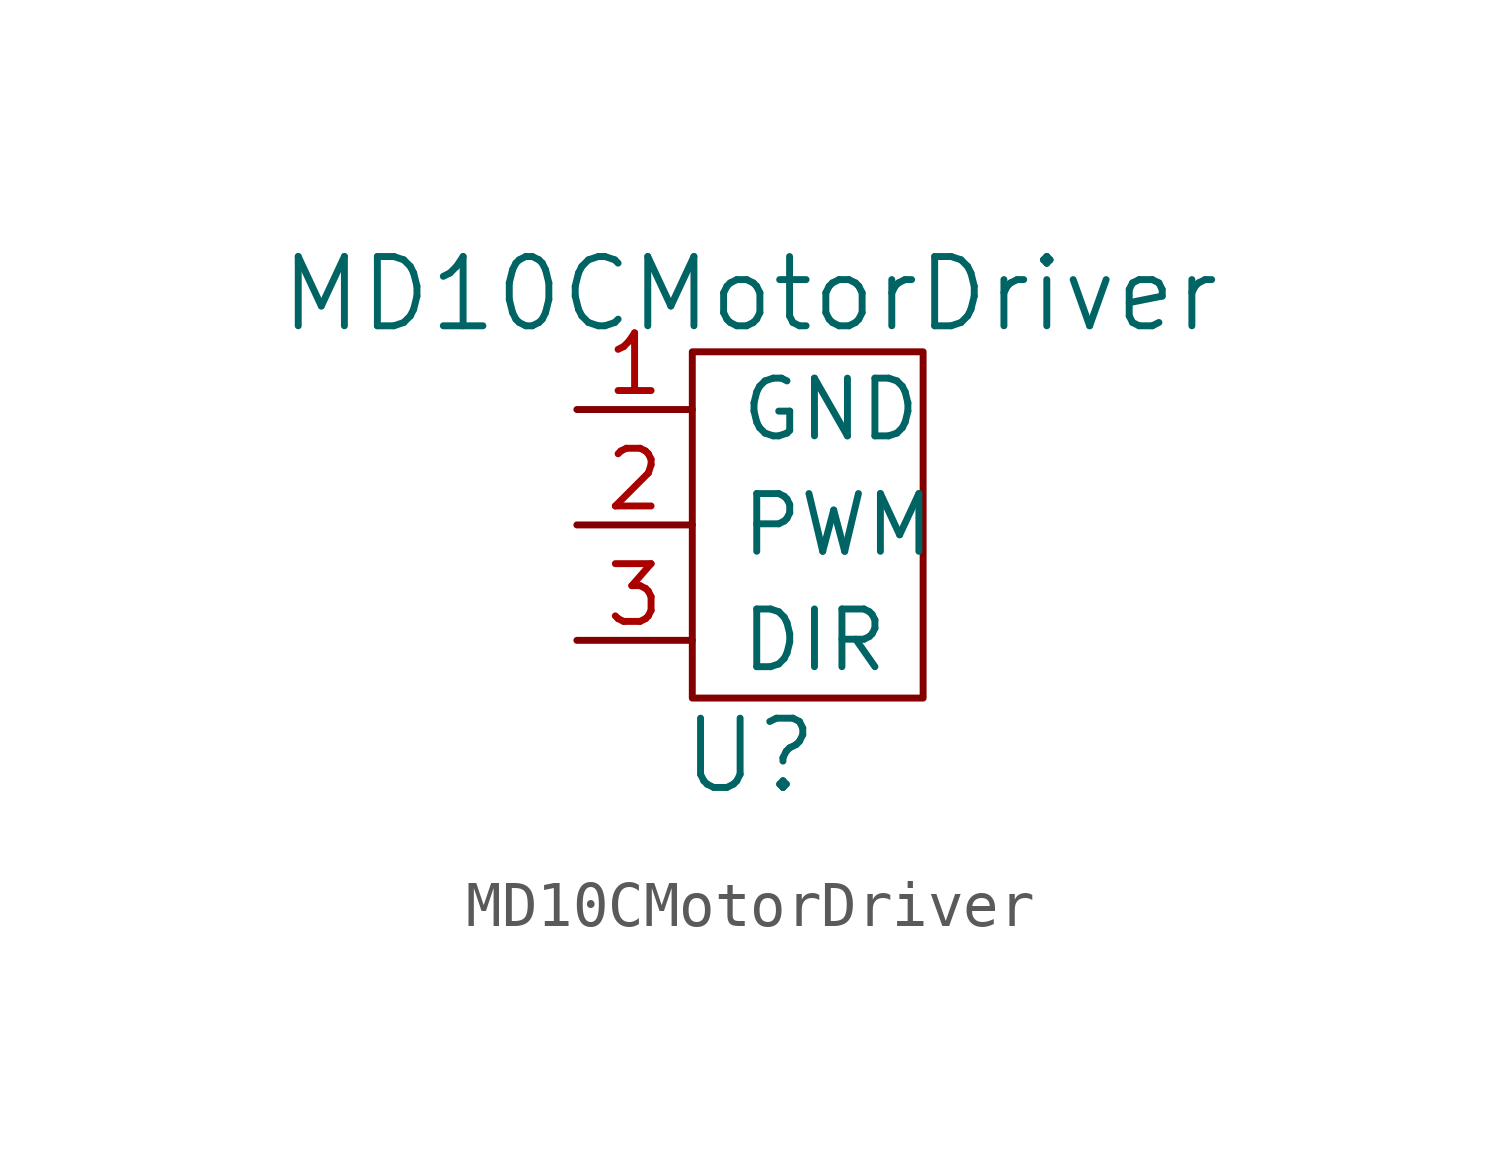
<source format=kicad_sym>
(kicad_symbol_lib
  (version 20211014)
  (generator kicad_symbol_editor)
  (symbol "MD10CMotorDriver"
    (pin_names
      (offset 1.016))
    (property "Reference" "U"
      (at 0 -5.08 0)
      (effects (font (size 1.524 1.524))))
    (property "Value" "MD10CMotorDriver"
      (at 0 5.08 0)
      (effects (font (size 1.524 1.524))))
    (symbol "MD10CMotorDriver_0_1"
      (rectangle (start -1.27 3.81) (end 3.81 -3.81) (stroke (width 0) (type default) (color 0 0 0 0)) (fill (type none))))
    (symbol "MD10CMotorDriver_1_1"
      (pin input line (at -3.81 2.54 0) (length 2.54) (name "GND" (effects (font (size 1.27 1.27)))) (number "1" (effects (font (size 1.27 1.27)))))
      (pin input line (at -3.81 0 0) (length 2.54) (name "PWM" (effects (font (size 1.27 1.27)))) (number "2" (effects (font (size 1.27 1.27)))))
      (pin input line (at -3.81 -2.54 0) (length 2.54) (name "DIR" (effects (font (size 1.27 1.27)))) (number "3" (effects (font (size 1.27 1.27))))))))
</source>
